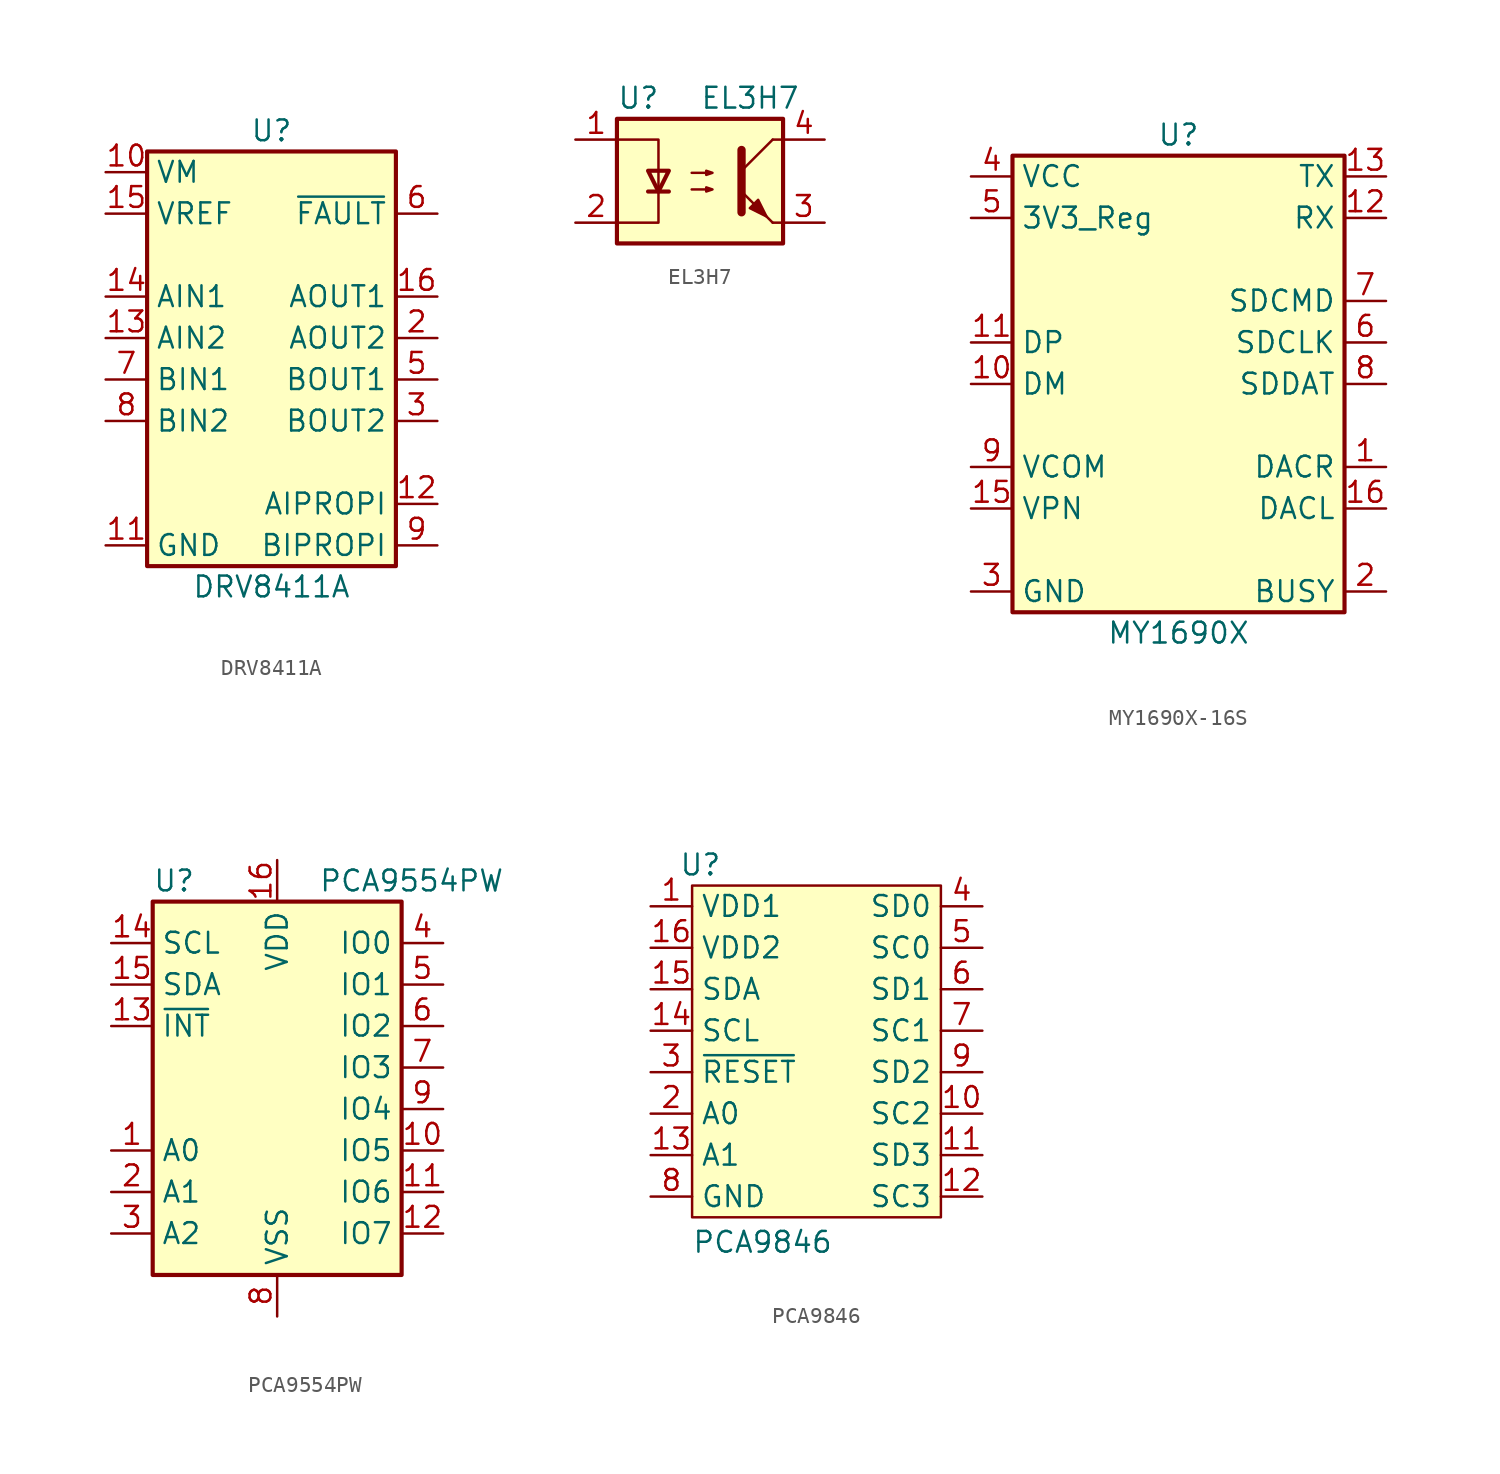
<source format=kicad_sym>
(kicad_symbol_lib
  (version 20231120)
  (generator "kicad_symbol_editor")
  (generator_version "8.0")
  (symbol "DRV8411A"
    (property "Reference" "U"
      (at 0 13.97 0)
      (effects (font (size 1.27 1.27))))
    (property "Value" "DRV8411A"
      (at 0 -13.97 0)
      (effects (font (size 1.27 1.27))))
    (symbol "DRV8411A_0_1"
      (rectangle (start -7.62 12.7) (end 7.62 -12.7) (stroke (width 0.254) (type default)) (fill (type background))))
    (symbol "DRV8411A_1_1"
      (pin power_in line (at -10.16 -11.43 0) (length 2.54) hide (name "PGNDA" (effects (font (size 1.27 1.27)))) (number "1" (effects (font (size 1.27 1.27)))))
      (pin power_in line (at -10.16 11.43 0) (length 2.54) (name "VM" (effects (font (size 1.27 1.27)))) (number "10" (effects (font (size 1.27 1.27)))))
      (pin power_in line (at -10.16 -11.43 0) (length 2.54) (name "GND" (effects (font (size 1.27 1.27)))) (number "11" (effects (font (size 1.27 1.27)))))
      (pin output line (at 10.16 -8.89 180) (length 2.54) (name "AIPROPI" (effects (font (size 1.27 1.27)))) (number "12" (effects (font (size 1.27 1.27)))))
      (pin input line (at -10.16 1.27 0) (length 2.54) (name "AIN2" (effects (font (size 1.27 1.27)))) (number "13" (effects (font (size 1.27 1.27)))))
      (pin input line (at -10.16 3.81 0) (length 2.54) (name "AIN1" (effects (font (size 1.27 1.27)))) (number "14" (effects (font (size 1.27 1.27)))))
      (pin power_in line (at -10.16 8.89 0) (length 2.54) (name "VREF" (effects (font (size 1.27 1.27)))) (number "15" (effects (font (size 1.27 1.27)))))
      (pin output line (at 10.16 3.81 180) (length 2.54) (name "AOUT1" (effects (font (size 1.27 1.27)))) (number "16" (effects (font (size 1.27 1.27)))))
      (pin output line (at 10.16 1.27 180) (length 2.54) (name "AOUT2" (effects (font (size 1.27 1.27)))) (number "2" (effects (font (size 1.27 1.27)))))
      (pin output line (at 10.16 -3.81 180) (length 2.54) (name "BOUT2" (effects (font (size 1.27 1.27)))) (number "3" (effects (font (size 1.27 1.27)))))
      (pin power_in line (at -10.16 -11.43 0) (length 2.54) hide (name "PGNDB" (effects (font (size 1.27 1.27)))) (number "4" (effects (font (size 1.27 1.27)))))
      (pin output line (at 10.16 -1.27 180) (length 2.54) (name "BOUT1" (effects (font (size 1.27 1.27)))) (number "5" (effects (font (size 1.27 1.27)))))
      (pin output line (at 10.16 8.89 180) (length 2.54) (name "~{FAULT}" (effects (font (size 1.27 1.27)))) (number "6" (effects (font (size 1.27 1.27)))))
      (pin input line (at -10.16 -1.27 0) (length 2.54) (name "BIN1" (effects (font (size 1.27 1.27)))) (number "7" (effects (font (size 1.27 1.27)))))
      (pin input line (at -10.16 -3.81 0) (length 2.54) (name "BIN2" (effects (font (size 1.27 1.27)))) (number "8" (effects (font (size 1.27 1.27)))))
      (pin output line (at 10.16 -11.43 180) (length 2.54) (name "BIPROPI" (effects (font (size 1.27 1.27)))) (number "9" (effects (font (size 1.27 1.27)))))
      (pin power_in line (at -10.16 -11.43 0) (length 2.54) hide (name "PAD" (effects (font (size 1.27 1.27)))) (number "EP" (effects (font (size 1.27 1.27)))))))
  (symbol "EL3H7"
    (pin_names
      (offset 1.016))
    (property "Reference" "U"
      (at -5.08 5.08 0)
      (effects (font (size 1.27 1.27)) (justify left)))
    (property "Value" "EL3H7"
      (at 0 5.08 0)
      (effects (font (size 1.27 1.27)) (justify left)))
    (symbol "EL3H7_0_1"
      (rectangle (start -5.08 3.81) (end 5.08 -3.81) (stroke (width 0.254) (type default)) (fill (type background)))
      (polyline (pts (xy -3.175 -0.635) (xy -1.905 -0.635)) (stroke (width 0.254) (type default)) (fill (type none)))
      (polyline (pts (xy 2.54 0.635) (xy 4.445 2.54)) (stroke (width 0) (type default)) (fill (type none)))
      (polyline (pts (xy 4.445 -2.54) (xy 2.54 -0.635)) (stroke (width 0) (type default)) (fill (type outline)))
      (polyline (pts (xy 4.445 -2.54) (xy 5.08 -2.54)) (stroke (width 0) (type default)) (fill (type none)))
      (polyline (pts (xy 4.445 2.54) (xy 5.08 2.54)) (stroke (width 0) (type default)) (fill (type none)))
      (polyline (pts (xy -5.08 2.54) (xy -2.54 2.54) (xy -2.54 -0.635)) (stroke (width 0) (type default)) (fill (type none)))
      (polyline (pts (xy -2.54 -0.635) (xy -2.54 -2.54) (xy -5.08 -2.54)) (stroke (width 0) (type default)) (fill (type none)))
      (polyline (pts (xy 2.54 1.905) (xy 2.54 -1.905) (xy 2.54 -1.905)) (stroke (width 0.508) (type default)) (fill (type none)))
      (polyline (pts (xy -2.54 -0.635) (xy -3.175 0.635) (xy -1.905 0.635) (xy -2.54 -0.635)) (stroke (width 0.254) (type default)) (fill (type none)))
      (polyline (pts (xy -0.508 -0.508) (xy 0.762 -0.508) (xy 0.381 -0.635) (xy 0.381 -0.381) (xy 0.762 -0.508)) (stroke (width 0) (type default)) (fill (type none)))
      (polyline (pts (xy -0.508 0.508) (xy 0.762 0.508) (xy 0.381 0.381) (xy 0.381 0.635) (xy 0.762 0.508)) (stroke (width 0) (type default)) (fill (type none)))
      (polyline (pts (xy 3.048 -1.651) (xy 3.556 -1.143) (xy 4.064 -2.159) (xy 3.048 -1.651) (xy 3.048 -1.651)) (stroke (width 0) (type default)) (fill (type outline))))
    (symbol "EL3H7_1_1"
      (pin passive line (at -7.62 2.54 0) (length 2.54) (name "~" (effects (font (size 1.27 1.27)))) (number "1" (effects (font (size 1.27 1.27)))))
      (pin passive line (at -7.62 -2.54 0) (length 2.54) (name "~" (effects (font (size 1.27 1.27)))) (number "2" (effects (font (size 1.27 1.27)))))
      (pin passive line (at 7.62 -2.54 180) (length 2.54) (name "~" (effects (font (size 1.27 1.27)))) (number "3" (effects (font (size 1.27 1.27)))))
      (pin passive line (at 7.62 2.54 180) (length 2.54) (name "~" (effects (font (size 1.27 1.27)))) (number "4" (effects (font (size 1.27 1.27)))))))
  (symbol "MY1690X-16S"
    (property "Reference" "U"
      (at 0 15.24 0)
      (effects (font (size 1.27 1.27))))
    (property "Value" "MY1690X"
      (at 0 -15.24 0)
      (effects (font (size 1.27 1.27))))
    (symbol "MY1690X-16S_1_0"
      (rectangle (start -10.16 13.97) (end 10.16 -13.97) (stroke (width 0.254) (type default)) (fill (type background)))
      (pin output line (at 12.7 -5.08 180) (length 2.54) (name "DACR" (effects (font (size 1.27 1.27)))) (number "1" (effects (font (size 1.27 1.27)))))
      (pin bidirectional line (at -12.7 0 0) (length 2.54) (name "DM" (effects (font (size 1.27 1.27)))) (number "10" (effects (font (size 1.27 1.27)))))
      (pin bidirectional line (at -12.7 2.54 0) (length 2.54) (name "DP" (effects (font (size 1.27 1.27)))) (number "11" (effects (font (size 1.27 1.27)))))
      (pin input line (at 12.7 10.16 180) (length 2.54) (name "RX" (effects (font (size 1.27 1.27)))) (number "12" (effects (font (size 1.27 1.27)))))
      (pin output line (at 12.7 12.7 180) (length 2.54) (name "TX" (effects (font (size 1.27 1.27)))) (number "13" (effects (font (size 1.27 1.27)))))
      (pin power_in line (at -12.7 -12.7 0) (length 2.54) hide (name "GND" (effects (font (size 1.27 1.27)))) (number "14" (effects (font (size 1.27 1.27)))))
      (pin power_out line (at -12.7 -7.62 0) (length 2.54) (name "VPN" (effects (font (size 1.27 1.27)))) (number "15" (effects (font (size 1.27 1.27)))))
      (pin output line (at 12.7 -7.62 180) (length 2.54) (name "DACL" (effects (font (size 1.27 1.27)))) (number "16" (effects (font (size 1.27 1.27)))))
      (pin output line (at 12.7 -12.7 180) (length 2.54) (name "BUSY" (effects (font (size 1.27 1.27)))) (number "2" (effects (font (size 1.27 1.27)))))
      (pin power_in line (at -12.7 -12.7 0) (length 2.54) (name "GND" (effects (font (size 1.27 1.27)))) (number "3" (effects (font (size 1.27 1.27)))))
      (pin power_in line (at -12.7 12.7 0) (length 2.54) (name "VCC" (effects (font (size 1.27 1.27)))) (number "4" (effects (font (size 1.27 1.27)))))
      (pin output line (at -12.7 10.16 0) (length 2.54) (name "3V3_Reg" (effects (font (size 1.27 1.27)))) (number "5" (effects (font (size 1.27 1.27)))))
      (pin output line (at 12.7 2.54 180) (length 2.54) (name "SDCLK" (effects (font (size 1.27 1.27)))) (number "6" (effects (font (size 1.27 1.27)))))
      (pin output line (at 12.7 5.08 180) (length 2.54) (name "SDCMD" (effects (font (size 1.27 1.27)))) (number "7" (effects (font (size 1.27 1.27)))))
      (pin bidirectional line (at 12.7 0 180) (length 2.54) (name "SDDAT" (effects (font (size 1.27 1.27)))) (number "8" (effects (font (size 1.27 1.27)))))
      (pin power_out line (at -12.7 -5.08 0) (length 2.54) (name "VCOM" (effects (font (size 1.27 1.27)))) (number "9" (effects (font (size 1.27 1.27)))))))
  (symbol "PCA9554PW"
    (property "Reference" "U"
      (at -7.62 11.43 0)
      (effects (font (size 1.27 1.27)) (justify left)))
    (property "Value" "PCA9554PW"
      (at 2.54 11.43 0)
      (effects (font (size 1.27 1.27)) (justify left)))
    (symbol "PCA9554PW_0_1"
      (rectangle (start -7.62 -12.7) (end 7.62 10.16) (stroke (width 0.254) (type default)) (fill (type background))))
    (symbol "PCA9554PW_1_1"
      (pin input line (at -10.16 -5.08 0) (length 2.54) (name "A0" (effects (font (size 1.27 1.27)))) (number "1" (effects (font (size 1.27 1.27)))))
      (pin bidirectional line (at 10.16 -5.08 180) (length 2.54) (name "IO5" (effects (font (size 1.27 1.27)))) (number "10" (effects (font (size 1.27 1.27)))))
      (pin bidirectional line (at 10.16 -7.62 180) (length 2.54) (name "IO6" (effects (font (size 1.27 1.27)))) (number "11" (effects (font (size 1.27 1.27)))))
      (pin bidirectional line (at 10.16 -10.16 180) (length 2.54) (name "IO7" (effects (font (size 1.27 1.27)))) (number "12" (effects (font (size 1.27 1.27)))))
      (pin output line (at -10.16 2.54 0) (length 2.54) (name "~{INT}" (effects (font (size 1.27 1.27)))) (number "13" (effects (font (size 1.27 1.27)))))
      (pin input line (at -10.16 7.62 0) (length 2.54) (name "SCL" (effects (font (size 1.27 1.27)))) (number "14" (effects (font (size 1.27 1.27)))))
      (pin bidirectional line (at -10.16 5.08 0) (length 2.54) (name "SDA" (effects (font (size 1.27 1.27)))) (number "15" (effects (font (size 1.27 1.27)))))
      (pin power_in line (at 0 12.7 270) (length 2.54) (name "VDD" (effects (font (size 1.27 1.27)))) (number "16" (effects (font (size 1.27 1.27)))))
      (pin input line (at -10.16 -7.62 0) (length 2.54) (name "A1" (effects (font (size 1.27 1.27)))) (number "2" (effects (font (size 1.27 1.27)))))
      (pin input line (at -10.16 -10.16 0) (length 2.54) (name "A2" (effects (font (size 1.27 1.27)))) (number "3" (effects (font (size 1.27 1.27)))))
      (pin bidirectional line (at 10.16 7.62 180) (length 2.54) (name "IO0" (effects (font (size 1.27 1.27)))) (number "4" (effects (font (size 1.27 1.27)))))
      (pin bidirectional line (at 10.16 5.08 180) (length 2.54) (name "IO1" (effects (font (size 1.27 1.27)))) (number "5" (effects (font (size 1.27 1.27)))))
      (pin bidirectional line (at 10.16 2.54 180) (length 2.54) (name "IO2" (effects (font (size 1.27 1.27)))) (number "6" (effects (font (size 1.27 1.27)))))
      (pin bidirectional line (at 10.16 0 180) (length 2.54) (name "IO3" (effects (font (size 1.27 1.27)))) (number "7" (effects (font (size 1.27 1.27)))))
      (pin power_in line (at 0 -15.24 90) (length 2.54) (name "VSS" (effects (font (size 1.27 1.27)))) (number "8" (effects (font (size 1.27 1.27)))))
      (pin bidirectional line (at 10.16 -2.54 180) (length 2.54) (name "IO4" (effects (font (size 1.27 1.27)))) (number "9" (effects (font (size 1.27 1.27)))))))
  (symbol "PCA9846"
    (property "Reference" "U"
      (at -7.112 11.43 0)
      (effects (font (size 1.27 1.27))))
    (property "Value" "PCA9846"
      (at -3.302 -11.684 0)
      (effects (font (size 1.27 1.27))))
    (symbol "PCA9846_1_1"
      (rectangle (start -7.62 10.16) (end 7.62 -10.16) (stroke (width 0) (type default)) (fill (type background)))
      (pin power_in line (at -10.16 8.89 0) (length 2.54) (name "VDD1" (effects (font (size 1.27 1.27)))) (number "1" (effects (font (size 1.27 1.27)))))
      (pin output line (at 10.16 -3.81 180) (length 2.54) (name "SC2" (effects (font (size 1.27 1.27)))) (number "10" (effects (font (size 1.27 1.27)))))
      (pin bidirectional line (at 10.16 -6.35 180) (length 2.54) (name "SD3" (effects (font (size 1.27 1.27)))) (number "11" (effects (font (size 1.27 1.27)))))
      (pin output line (at 10.16 -8.89 180) (length 2.54) (name "SC3" (effects (font (size 1.27 1.27)))) (number "12" (effects (font (size 1.27 1.27)))))
      (pin input line (at -10.16 -6.35 0) (length 2.54) (name "A1" (effects (font (size 1.27 1.27)))) (number "13" (effects (font (size 1.27 1.27)))))
      (pin input line (at -10.16 1.27 0) (length 2.54) (name "SCL" (effects (font (size 1.27 1.27)))) (number "14" (effects (font (size 1.27 1.27)))))
      (pin bidirectional line (at -10.16 3.81 0) (length 2.54) (name "SDA" (effects (font (size 1.27 1.27)))) (number "15" (effects (font (size 1.27 1.27)))))
      (pin power_in line (at -10.16 6.35 0) (length 2.54) (name "VDD2" (effects (font (size 1.27 1.27)))) (number "16" (effects (font (size 1.27 1.27)))))
      (pin input line (at -10.16 -3.81 0) (length 2.54) (name "A0" (effects (font (size 1.27 1.27)))) (number "2" (effects (font (size 1.27 1.27)))))
      (pin input line (at -10.16 -1.27 0) (length 2.54) (name "~{RESET}" (effects (font (size 1.27 1.27)))) (number "3" (effects (font (size 1.27 1.27)))))
      (pin bidirectional line (at 10.16 8.89 180) (length 2.54) (name "SD0" (effects (font (size 1.27 1.27)))) (number "4" (effects (font (size 1.27 1.27)))))
      (pin output line (at 10.16 6.35 180) (length 2.54) (name "SC0" (effects (font (size 1.27 1.27)))) (number "5" (effects (font (size 1.27 1.27)))))
      (pin bidirectional line (at 10.16 3.81 180) (length 2.54) (name "SD1" (effects (font (size 1.27 1.27)))) (number "6" (effects (font (size 1.27 1.27)))))
      (pin output line (at 10.16 1.27 180) (length 2.54) (name "SC1" (effects (font (size 1.27 1.27)))) (number "7" (effects (font (size 1.27 1.27)))))
      (pin power_in line (at -10.16 -8.89 0) (length 2.54) (name "GND" (effects (font (size 1.27 1.27)))) (number "8" (effects (font (size 1.27 1.27)))))
      (pin bidirectional line (at 10.16 -1.27 180) (length 2.54) (name "SD2" (effects (font (size 1.27 1.27)))) (number "9" (effects (font (size 1.27 1.27))))))))
</source>
